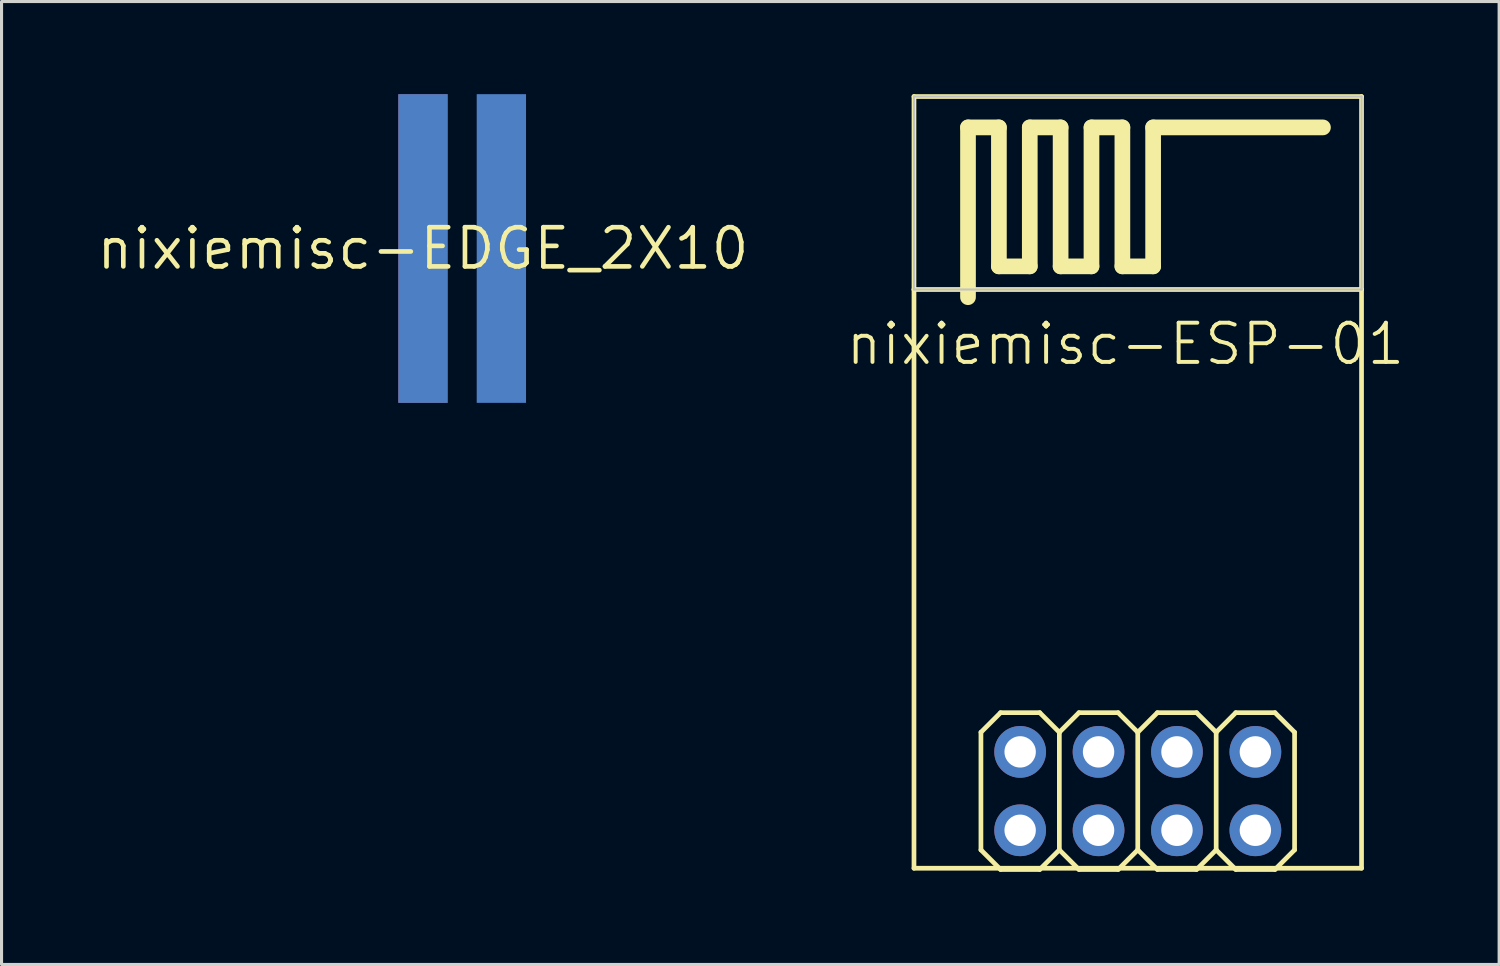
<source format=kicad_pcb>
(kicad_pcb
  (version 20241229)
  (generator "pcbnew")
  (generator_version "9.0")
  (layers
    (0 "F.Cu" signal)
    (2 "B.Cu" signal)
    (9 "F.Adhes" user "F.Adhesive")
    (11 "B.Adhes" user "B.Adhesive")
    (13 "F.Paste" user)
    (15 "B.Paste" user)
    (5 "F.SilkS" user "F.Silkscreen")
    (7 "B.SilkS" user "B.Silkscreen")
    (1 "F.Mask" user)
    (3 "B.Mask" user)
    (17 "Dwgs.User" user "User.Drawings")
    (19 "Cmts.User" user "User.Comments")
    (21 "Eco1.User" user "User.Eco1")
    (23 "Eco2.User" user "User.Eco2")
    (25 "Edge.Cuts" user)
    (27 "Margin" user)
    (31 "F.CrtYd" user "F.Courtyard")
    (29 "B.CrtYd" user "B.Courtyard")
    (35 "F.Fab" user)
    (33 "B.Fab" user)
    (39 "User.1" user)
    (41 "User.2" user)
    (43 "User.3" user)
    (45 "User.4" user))
  (footprint "nixiemisc-ESP-01"
    (layer "F.Cu")
    (at 33.806 22.576)
    (property "Reference" "nixiemisc-ESP-01" (at -0.399 -14.483 0) (unlocked yes) (layer "F.SilkS") (effects (font (size 1.27 1.27) (thickness 0.127))))
    (attr exclude_from_pos_files exclude_from_bom)
    (fp_line (start -7.249 -22.499) (end -7.249 -16.248) (stroke (width 0.152) (type solid)) (layer "F.SilkS"))
    (fp_line (start -7.249 -16.248) (end -7.249 2.499) (stroke (width 0.152) (type solid)) (layer "F.SilkS"))
    (fp_line (start -7.249 -16.248) (end 7.249 -16.248) (stroke (width 0.152) (type solid)) (layer "F.SilkS"))
    (fp_line (start -7.249 2.499) (end 7.249 2.499) (stroke (width 0.152) (type solid)) (layer "F.SilkS"))
    (fp_line (start -5.499 -21.499) (end -4.498 -21.499) (stroke (width 0.508) (type solid)) (layer "F.SilkS"))
    (fp_line (start -5.499 -15.999) (end -5.499 -21.499) (stroke (width 0.508) (type solid)) (layer "F.SilkS"))
    (fp_line (start -5.08 -1.905) (end -4.445 -2.54) (stroke (width 0.152) (type solid)) (layer "F.SilkS"))
    (fp_line (start -5.08 1.905) (end -5.08 -1.905) (stroke (width 0.152) (type solid)) (layer "F.SilkS"))
    (fp_line (start -5.08 1.905) (end -4.445 2.54) (stroke (width 0.152) (type solid)) (layer "F.SilkS"))
    (fp_line (start -4.498 -21.499) (end -4.498 -16.998) (stroke (width 0.508) (type solid)) (layer "F.SilkS"))
    (fp_line (start -4.498 -16.998) (end -3.498 -16.998) (stroke (width 0.508) (type solid)) (layer "F.SilkS"))
    (fp_line (start -4.445 -2.54) (end -3.175 -2.54) (stroke (width 0.152) (type solid)) (layer "F.SilkS"))
    (fp_line (start -4.445 2.54) (end -3.175 2.54) (stroke (width 0.152) (type solid)) (layer "F.SilkS"))
    (fp_line (start -3.498 -21.499) (end -2.499 -21.499) (stroke (width 0.508) (type solid)) (layer "F.SilkS"))
    (fp_line (start -3.498 -16.998) (end -3.498 -21.499) (stroke (width 0.508) (type solid)) (layer "F.SilkS"))
    (fp_line (start -3.175 -2.54) (end -2.54 -1.905) (stroke (width 0.152) (type solid)) (layer "F.SilkS"))
    (fp_line (start -3.175 2.54) (end -2.54 1.905) (stroke (width 0.152) (type solid)) (layer "F.SilkS"))
    (fp_line (start -2.54 -1.905) (end -2.54 1.905) (stroke (width 0.152) (type solid)) (layer "F.SilkS"))
    (fp_line (start -2.54 -1.905) (end -1.905 -2.54) (stroke (width 0.152) (type solid)) (layer "F.SilkS"))
    (fp_line (start -2.54 1.905) (end -1.905 2.54) (stroke (width 0.152) (type solid)) (layer "F.SilkS"))
    (fp_line (start -2.499 -21.499) (end -2.499 -16.998) (stroke (width 0.508) (type solid)) (layer "F.SilkS"))
    (fp_line (start -2.499 -16.998) (end -1.499 -16.998) (stroke (width 0.508) (type solid)) (layer "F.SilkS"))
    (fp_line (start -1.905 -2.54) (end -0.635 -2.54) (stroke (width 0.152) (type solid)) (layer "F.SilkS"))
    (fp_line (start -1.905 2.54) (end -0.635 2.54) (stroke (width 0.152) (type solid)) (layer "F.SilkS"))
    (fp_line (start -1.499 -21.499) (end -0.498 -21.499) (stroke (width 0.508) (type solid)) (layer "F.SilkS"))
    (fp_line (start -1.499 -16.998) (end -1.499 -21.499) (stroke (width 0.508) (type solid)) (layer "F.SilkS"))
    (fp_line (start -0.635 -2.54) (end 0 -1.905) (stroke (width 0.152) (type solid)) (layer "F.SilkS"))
    (fp_line (start -0.635 2.54) (end 0 1.905) (stroke (width 0.152) (type solid)) (layer "F.SilkS"))
    (fp_line (start -0.498 -21.499) (end -0.498 -16.998) (stroke (width 0.508) (type solid)) (layer "F.SilkS"))
    (fp_line (start -0.498 -16.998) (end 0.498 -16.998) (stroke (width 0.508) (type solid)) (layer "F.SilkS"))
    (fp_line (start 0 -1.905) (end 0 1.905) (stroke (width 0.152) (type solid)) (layer "F.SilkS"))
    (fp_line (start 0 -1.905) (end 0.635 -2.54) (stroke (width 0.152) (type solid)) (layer "F.SilkS"))
    (fp_line (start 0 1.905) (end 0.635 2.54) (stroke (width 0.152) (type solid)) (layer "F.SilkS"))
    (fp_line (start 0.498 -21.499) (end 5.999 -21.499) (stroke (width 0.508) (type solid)) (layer "F.SilkS"))
    (fp_line (start 0.498 -16.998) (end 0.498 -21.499) (stroke (width 0.508) (type solid)) (layer "F.SilkS"))
    (fp_line (start 0.635 -2.54) (end 1.905 -2.54) (stroke (width 0.152) (type solid)) (layer "F.SilkS"))
    (fp_line (start 0.635 2.54) (end 1.905 2.54) (stroke (width 0.152) (type solid)) (layer "F.SilkS"))
    (fp_line (start 1.905 -2.54) (end 2.54 -1.905) (stroke (width 0.152) (type solid)) (layer "F.SilkS"))
    (fp_line (start 1.905 2.54) (end 2.54 1.905) (stroke (width 0.152) (type solid)) (layer "F.SilkS"))
    (fp_line (start 2.54 -1.905) (end 2.54 1.905) (stroke (width 0.152) (type solid)) (layer "F.SilkS"))
    (fp_line (start 2.54 -1.905) (end 3.175 -2.54) (stroke (width 0.152) (type solid)) (layer "F.SilkS"))
    (fp_line (start 2.54 1.905) (end 3.175 2.54) (stroke (width 0.152) (type solid)) (layer "F.SilkS"))
    (fp_line (start 3.175 -2.54) (end 4.445 -2.54) (stroke (width 0.152) (type solid)) (layer "F.SilkS"))
    (fp_line (start 3.175 2.54) (end 4.445 2.54) (stroke (width 0.152) (type solid)) (layer "F.SilkS"))
    (fp_line (start 4.445 -2.54) (end 5.08 -1.905) (stroke (width 0.152) (type solid)) (layer "F.SilkS"))
    (fp_line (start 4.445 2.54) (end 5.08 1.905) (stroke (width 0.152) (type solid)) (layer "F.SilkS"))
    (fp_line (start 5.08 -1.905) (end 5.08 1.905) (stroke (width 0.152) (type solid)) (layer "F.SilkS"))
    (fp_line (start 7.249 -22.499) (end -7.249 -22.499) (stroke (width 0.152) (type solid)) (layer "F.SilkS"))
    (fp_line (start 7.249 -16.248) (end 7.249 -22.499) (stroke (width 0.152) (type solid)) (layer "F.SilkS"))
    (fp_line (start 7.249 2.499) (end 7.249 -16.248) (stroke (width 0.152) (type solid)) (layer "F.SilkS"))
    (fp_line (start -7.249 -22.499) (end 7.249 -22.499) (stroke (width 0.066) (type solid)) (layer "Dwgs.User"))
    (fp_line (start -7.249 -16.248) (end -7.249 -22.499) (stroke (width 0.066) (type solid)) (layer "Dwgs.User"))
    (fp_line (start -7.249 -16.248) (end 7.249 -16.248) (stroke (width 0.066) (type solid)) (layer "Dwgs.User"))
    (fp_line (start -4.064 -1.524) (end -3.556 -1.524) (stroke (width 0.066) (type solid)) (layer "Dwgs.User"))
    (fp_line (start -4.064 -1.016) (end -4.064 -1.524) (stroke (width 0.066) (type solid)) (layer "Dwgs.User"))
    (fp_line (start -4.064 -1.016) (end -3.556 -1.016) (stroke (width 0.066) (type solid)) (layer "Dwgs.User"))
    (fp_line (start -4.064 1.016) (end -3.556 1.016) (stroke (width 0.066) (type solid)) (layer "Dwgs.User"))
    (fp_line (start -4.064 1.524) (end -4.064 1.016) (stroke (width 0.066) (type solid)) (layer "Dwgs.User"))
    (fp_line (start -4.064 1.524) (end -3.556 1.524) (stroke (width 0.066) (type solid)) (layer "Dwgs.User"))
    (fp_line (start -3.556 -1.016) (end -3.556 -1.524) (stroke (width 0.066) (type solid)) (layer "Dwgs.User"))
    (fp_line (start -3.556 1.524) (end -3.556 1.016) (stroke (width 0.066) (type solid)) (layer "Dwgs.User"))
    (fp_line (start -1.524 -1.524) (end -1.016 -1.524) (stroke (width 0.066) (type solid)) (layer "Dwgs.User"))
    (fp_line (start -1.524 -1.016) (end -1.524 -1.524) (stroke (width 0.066) (type solid)) (layer "Dwgs.User"))
    (fp_line (start -1.524 -1.016) (end -1.016 -1.016) (stroke (width 0.066) (type solid)) (layer "Dwgs.User"))
    (fp_line (start -1.524 1.016) (end -1.016 1.016) (stroke (width 0.066) (type solid)) (layer "Dwgs.User"))
    (fp_line (start -1.524 1.524) (end -1.524 1.016) (stroke (width 0.066) (type solid)) (layer "Dwgs.User"))
    (fp_line (start -1.524 1.524) (end -1.016 1.524) (stroke (width 0.066) (type solid)) (layer "Dwgs.User"))
    (fp_line (start -1.016 -1.016) (end -1.016 -1.524) (stroke (width 0.066) (type solid)) (layer "Dwgs.User"))
    (fp_line (start -1.016 1.524) (end -1.016 1.016) (stroke (width 0.066) (type solid)) (layer "Dwgs.User"))
    (fp_line (start 1.016 -1.524) (end 1.524 -1.524) (stroke (width 0.066) (type solid)) (layer "Dwgs.User"))
    (fp_line (start 1.016 -1.016) (end 1.016 -1.524) (stroke (width 0.066) (type solid)) (layer "Dwgs.User"))
    (fp_line (start 1.016 -1.016) (end 1.524 -1.016) (stroke (width 0.066) (type solid)) (layer "Dwgs.User"))
    (fp_line (start 1.016 1.016) (end 1.524 1.016) (stroke (width 0.066) (type solid)) (layer "Dwgs.User"))
    (fp_line (start 1.016 1.524) (end 1.016 1.016) (stroke (width 0.066) (type solid)) (layer "Dwgs.User"))
    (fp_line (start 1.016 1.524) (end 1.524 1.524) (stroke (width 0.066) (type solid)) (layer "Dwgs.User"))
    (fp_line (start 1.524 -1.016) (end 1.524 -1.524) (stroke (width 0.066) (type solid)) (layer "Dwgs.User"))
    (fp_line (start 1.524 1.524) (end 1.524 1.016) (stroke (width 0.066) (type solid)) (layer "Dwgs.User"))
    (fp_line (start 3.556 -1.524) (end 4.064 -1.524) (stroke (width 0.066) (type solid)) (layer "Dwgs.User"))
    (fp_line (start 3.556 -1.016) (end 3.556 -1.524) (stroke (width 0.066) (type solid)) (layer "Dwgs.User"))
    (fp_line (start 3.556 -1.016) (end 4.064 -1.016) (stroke (width 0.066) (type solid)) (layer "Dwgs.User"))
    (fp_line (start 3.556 1.016) (end 4.064 1.016) (stroke (width 0.066) (type solid)) (layer "Dwgs.User"))
    (fp_line (start 3.556 1.524) (end 3.556 1.016) (stroke (width 0.066) (type solid)) (layer "Dwgs.User"))
    (fp_line (start 3.556 1.524) (end 4.064 1.524) (stroke (width 0.066) (type solid)) (layer "Dwgs.User"))
    (fp_line (start 4.064 -1.016) (end 4.064 -1.524) (stroke (width 0.066) (type solid)) (layer "Dwgs.User"))
    (fp_line (start 4.064 1.524) (end 4.064 1.016) (stroke (width 0.066) (type solid)) (layer "Dwgs.User"))
    (fp_line (start 7.249 -16.248) (end 7.249 -22.499) (stroke (width 0.066) (type solid)) (layer "Dwgs.User"))
    (pad "1" thru_hole circle (at -3.81 1.27) (size 1.676 1.676) (drill 1.016) (layers "*.Cu" "*.Mask"))
    (pad "2" thru_hole circle (at -3.81 -1.27) (size 1.676 1.676) (drill 1.016) (layers "*.Cu" "*.Mask"))
    (pad "3" thru_hole circle (at -1.27 1.27) (size 1.676 1.676) (drill 1.016) (layers "*.Cu" "*.Mask"))
    (pad "4" thru_hole circle (at -1.27 -1.27) (size 1.676 1.676) (drill 1.016) (layers "*.Cu" "*.Mask"))
    (pad "5" thru_hole circle (at 1.27 1.27) (size 1.676 1.676) (drill 1.016) (layers "*.Cu" "*.Mask"))
    (pad "6" thru_hole circle (at 1.27 -1.27) (size 1.676 1.676) (drill 1.016) (layers "*.Cu" "*.Mask"))
    (pad "7" thru_hole circle (at 3.81 1.27) (size 1.676 1.676) (drill 1.016) (layers "*.Cu" "*.Mask"))
    (pad "8" thru_hole circle (at 3.81 -1.27) (size 1.676 1.676) (drill 1.016) (layers "*.Cu" "*.Mask")))
  (footprint "nixiemisc-EDGE_2X10"
    (layer "F.Cu")
    (at 10.651 5)
    (property "Reference" "nixiemisc-EDGE_2X10" (at 0 0 0) (unlocked yes) (layer "F.SilkS") (effects (font (size 1.27 1.27) (thickness 0.15))))
    (attr smd)
    (pad "P$1" smd rect (at 0 0 90) (size 10 1.598) (layers "F.Cu" "F.Mask" "F.Paste"))
    (pad "P$2" smd rect (at 0 0 90) (size 10 1.598) (layers "B.Cu" "B.Mask"))
    (pad "P$4" smd rect (at 2.54 0 90) (size 10 1.598) (layers "B.Cu" "B.Mask")))
  (gr_rect
    (start -3 -3)
    (end 45.512 28.192)
    (stroke (width 0.1) (type default))
    (fill no)
    (layer "Edge.Cuts")))
</source>
